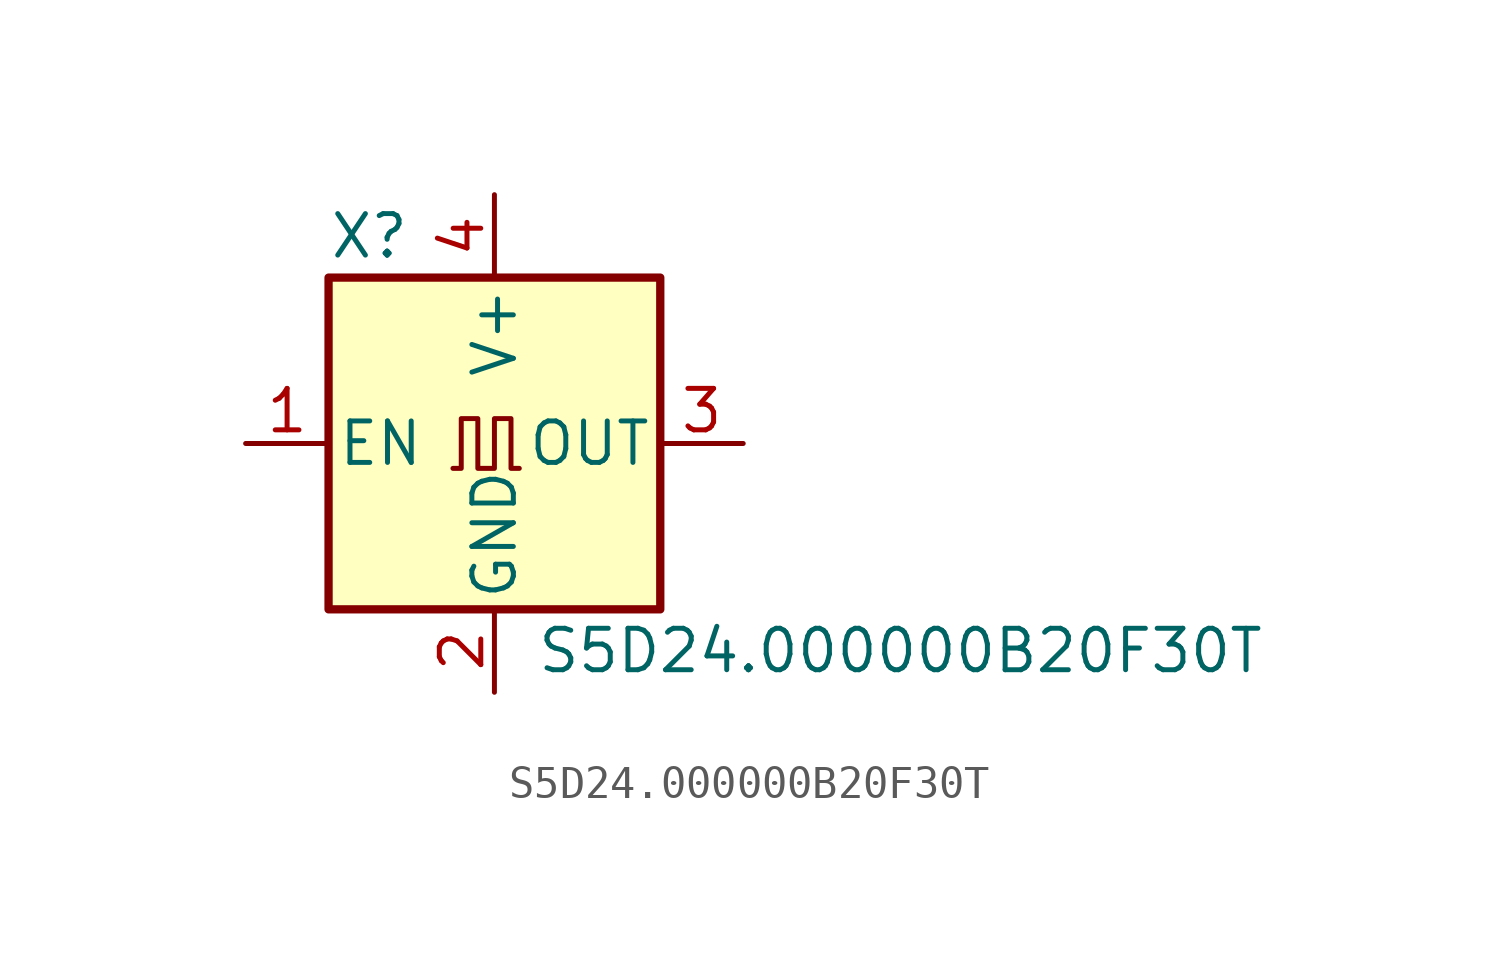
<source format=kicad_sym>
(kicad_symbol_lib
  (version 20231120)
  (generator "kicad_symbol_editor")
  (generator_version "8.0")
  (symbol "S5D24.000000B20F30T"
    (pin_names
      (offset 0.254))
    (property "Reference" "X"
      (at -5.08 6.35 0)
      (effects (font (size 1.27 1.27)) (justify left)))
    (property "Value" "S5D24.000000B20F30T"
      (at 1.27 -6.35 0)
      (effects (font (size 1.27 1.27)) (justify left)))
    (symbol "S5D24.000000B20F30T_0_1"
      (rectangle (start -5.08 5.08) (end 5.08 -5.08) (stroke (width 0.254) (type default)) (fill (type background)))
      (polyline (pts (xy -1.27 -0.762) (xy -1.016 -0.762) (xy -1.016 0.762) (xy -0.508 0.762) (xy -0.508 -0.762) (xy 0 -0.762) (xy 0 0.762) (xy 0.508 0.762) (xy 0.508 -0.762) (xy 0.762 -0.762)) (stroke (width 0) (type default)) (fill (type none))))
    (symbol "S5D24.000000B20F30T_1_1"
      (pin input line (at -7.62 0 0) (length 2.54) (name "EN" (effects (font (size 1.27 1.27)))) (number "1" (effects (font (size 1.27 1.27)))))
      (pin power_in line (at 0 -7.62 90) (length 2.54) (name "GND" (effects (font (size 1.27 1.27)))) (number "2" (effects (font (size 1.27 1.27)))))
      (pin output line (at 7.62 0 180) (length 2.54) (name "OUT" (effects (font (size 1.27 1.27)))) (number "3" (effects (font (size 1.27 1.27)))))
      (pin power_in line (at 0 7.62 270) (length 2.54) (name "V+" (effects (font (size 1.27 1.27)))) (number "4" (effects (font (size 1.27 1.27))))))))
</source>
